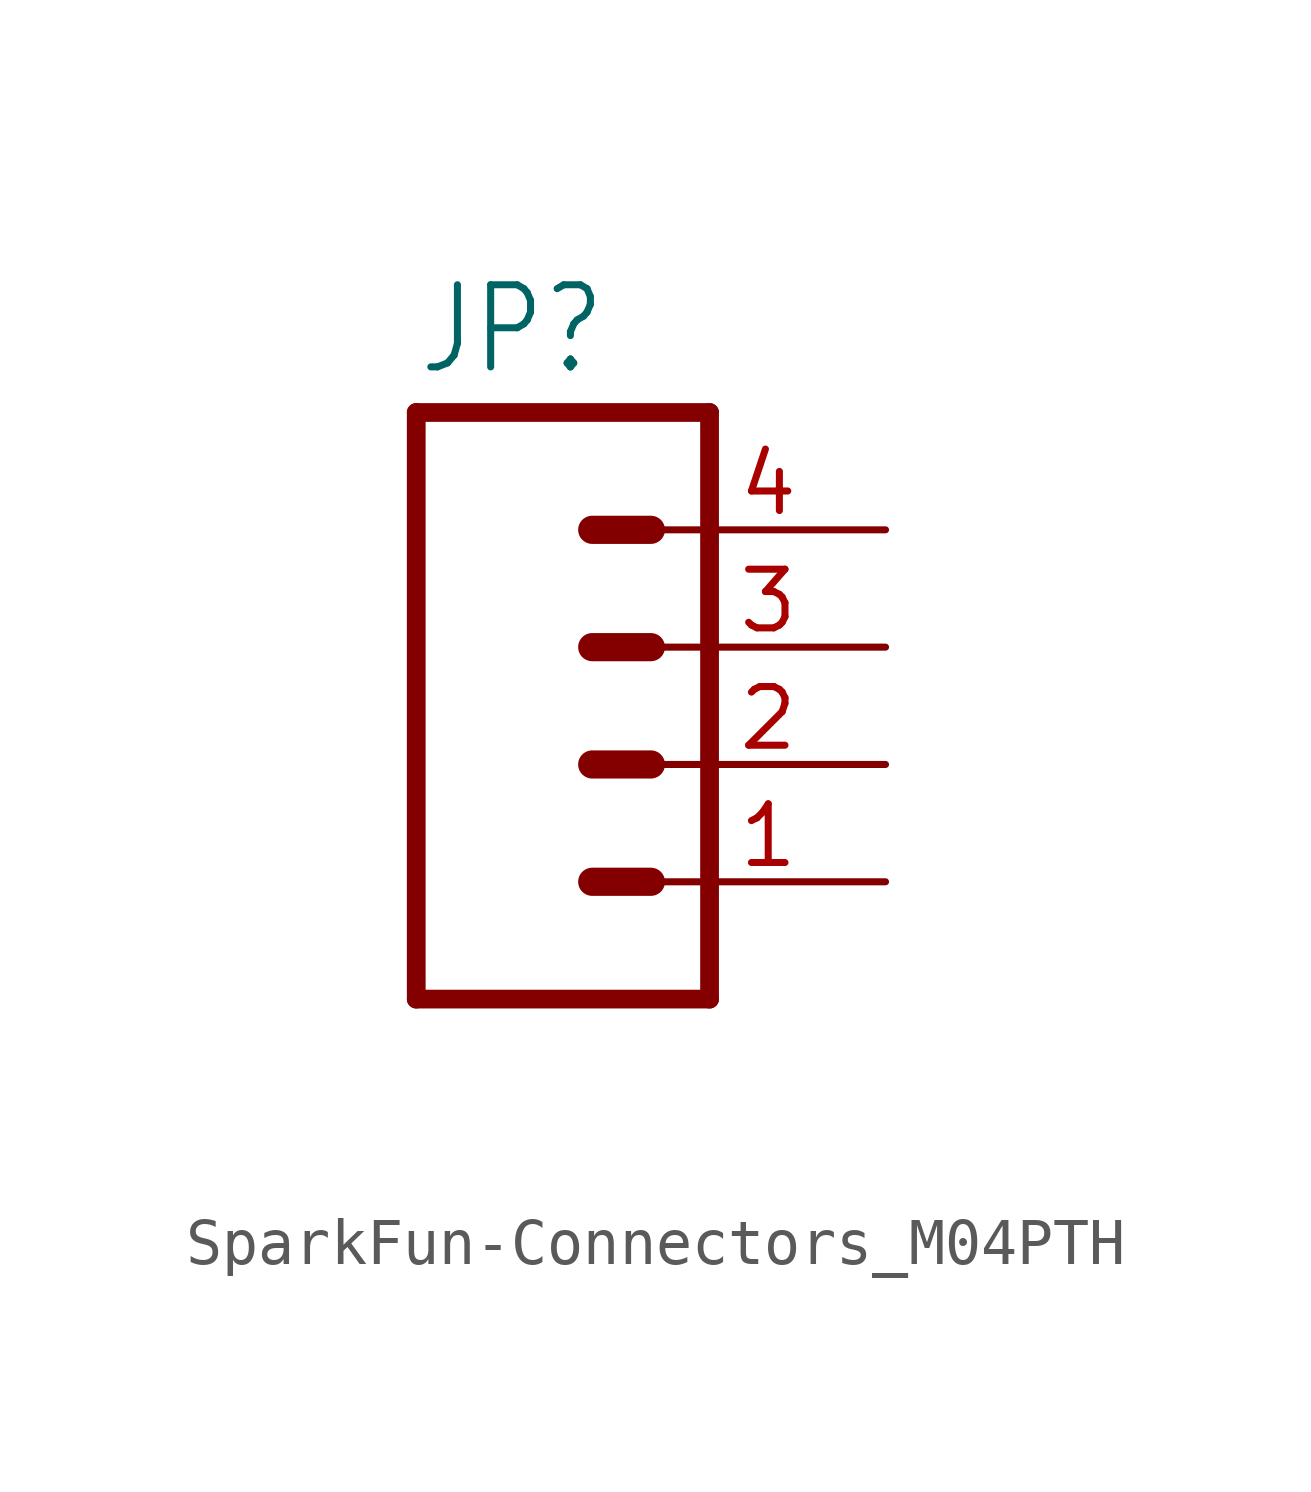
<source format=kicad_sym>
(kicad_symbol_lib
  (version 20231120)
  (generator "kicad_symbol_editor")
  (generator_version "8.0")
  (symbol "SparkFun-Connectors_M04PTH"
    (property "Reference" "JP"
      (at -5.08 8.382 0)
      (effects (font (size 1.778 1.511)) (justify left bottom)))
    (property "Value" ""
      (at -5.08 -7.62 0)
      (effects (font (size 1.778 1.511)) (justify left bottom)))
    (property "ki_locked" ""
      (at 0 0 0)
      (effects (font (size 1.27 1.27))))
    (symbol "SparkFun-Connectors_M04PTH_1_0"
      (polyline (pts (xy -5.08 7.62) (xy -5.08 -5.08)) (stroke (width 0.406) (type solid)) (fill (type none)))
      (polyline (pts (xy -5.08 7.62) (xy 1.27 7.62)) (stroke (width 0.406) (type solid)) (fill (type none)))
      (polyline (pts (xy -1.27 -2.54) (xy 0 -2.54)) (stroke (width 0.61) (type solid)) (fill (type none)))
      (polyline (pts (xy -1.27 0) (xy 0 0)) (stroke (width 0.61) (type solid)) (fill (type none)))
      (polyline (pts (xy -1.27 2.54) (xy 0 2.54)) (stroke (width 0.61) (type solid)) (fill (type none)))
      (polyline (pts (xy -1.27 5.08) (xy 0 5.08)) (stroke (width 0.61) (type solid)) (fill (type none)))
      (polyline (pts (xy 1.27 -5.08) (xy -5.08 -5.08)) (stroke (width 0.406) (type solid)) (fill (type none)))
      (polyline (pts (xy 1.27 -5.08) (xy 1.27 7.62)) (stroke (width 0.406) (type solid)) (fill (type none)))
      (pin passive line (at 5.08 -2.54 180) (length 5.08) (name "1" (effects (font (size 0 0)))) (number "1" (effects (font (size 1.27 1.27)))))
      (pin passive line (at 5.08 0 180) (length 5.08) (name "2" (effects (font (size 0 0)))) (number "2" (effects (font (size 1.27 1.27)))))
      (pin passive line (at 5.08 2.54 180) (length 5.08) (name "3" (effects (font (size 0 0)))) (number "3" (effects (font (size 1.27 1.27)))))
      (pin passive line (at 5.08 5.08 180) (length 5.08) (name "4" (effects (font (size 0 0)))) (number "4" (effects (font (size 1.27 1.27))))))))
</source>
